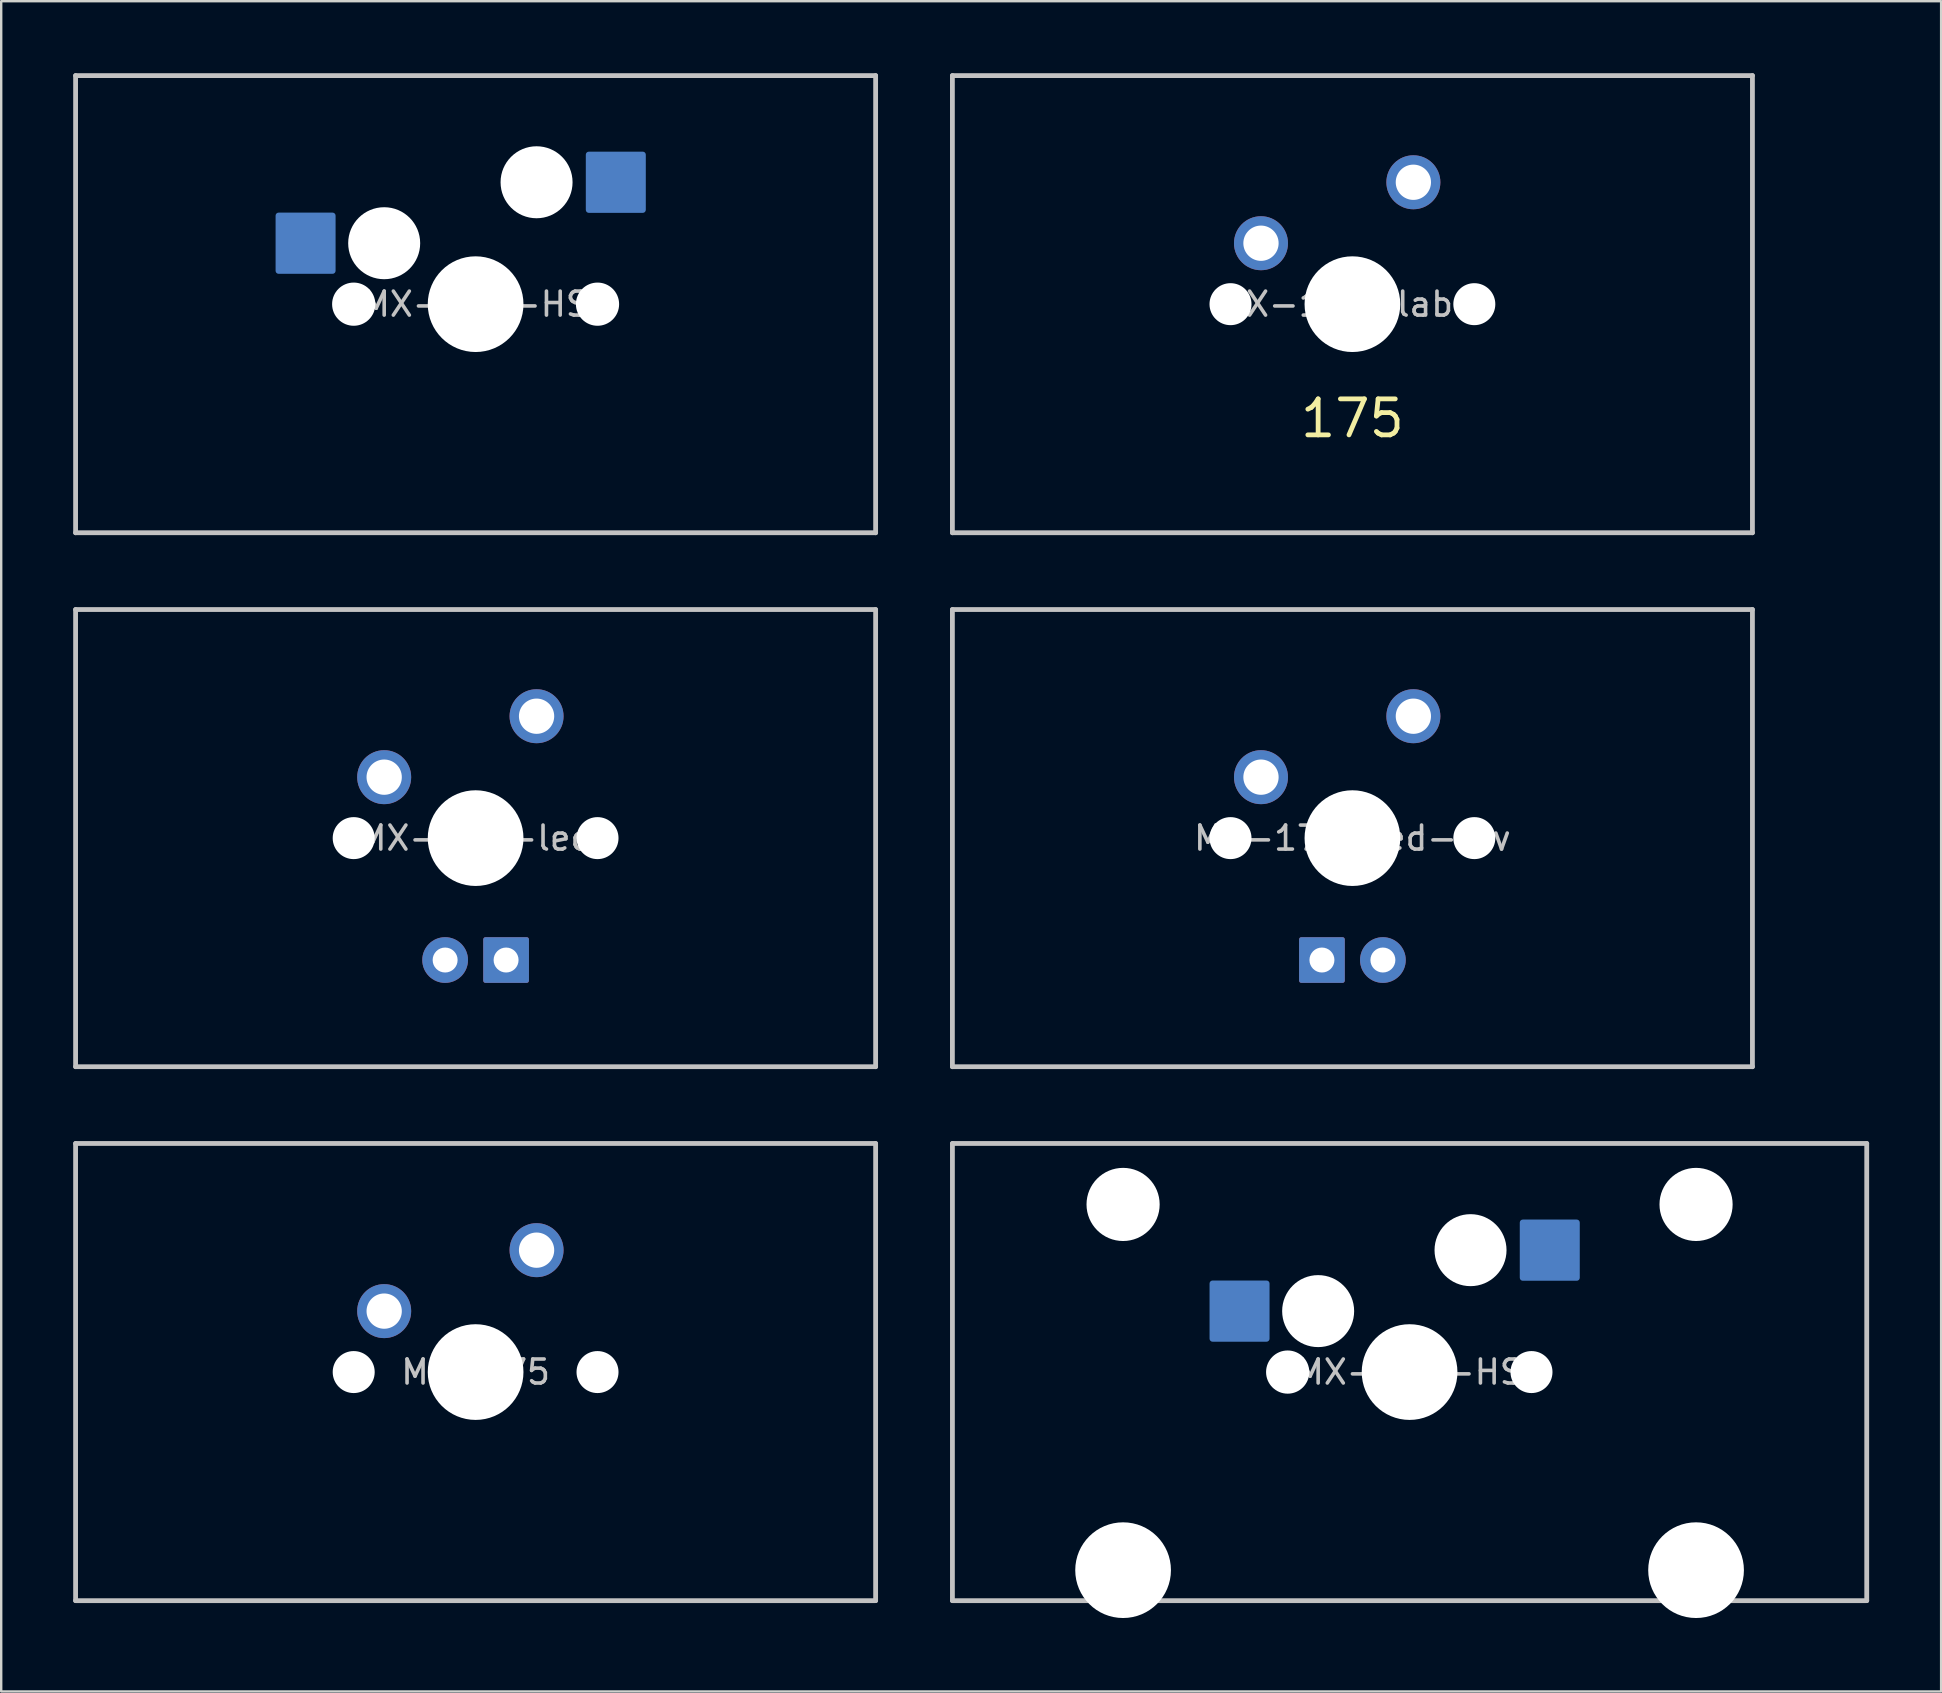
<source format=kicad_pcb>
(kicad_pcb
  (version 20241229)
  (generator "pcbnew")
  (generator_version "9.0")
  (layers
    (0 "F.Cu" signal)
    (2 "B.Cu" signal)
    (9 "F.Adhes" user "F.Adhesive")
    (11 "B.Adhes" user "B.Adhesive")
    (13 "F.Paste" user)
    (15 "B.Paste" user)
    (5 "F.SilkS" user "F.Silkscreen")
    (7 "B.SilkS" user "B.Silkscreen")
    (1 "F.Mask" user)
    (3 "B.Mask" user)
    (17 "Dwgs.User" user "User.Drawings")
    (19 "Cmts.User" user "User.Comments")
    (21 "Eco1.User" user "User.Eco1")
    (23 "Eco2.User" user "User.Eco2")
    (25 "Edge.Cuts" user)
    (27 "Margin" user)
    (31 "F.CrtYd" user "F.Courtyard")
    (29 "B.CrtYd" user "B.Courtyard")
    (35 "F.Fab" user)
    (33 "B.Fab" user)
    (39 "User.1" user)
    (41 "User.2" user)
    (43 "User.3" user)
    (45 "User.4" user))
  (footprint "MX-175-led-rev"
    (layer "F.Cu")
    (at 53.306 31.875)
    (property "Reference" "MX-175-led-rev" (at 0 0 0) (layer "Dwgs.User") (effects (font (size 1 1) (thickness 0.15))))
    (attr through_hole)
    (fp_line (start -16.669 9.525) (end -16.669 -9.525) (stroke (width 0.2) (type solid)) (layer "Dwgs.User"))
    (fp_line (start 16.669 -9.525) (end -16.669 -9.525) (stroke (width 0.2) (type solid)) (layer "Dwgs.User"))
    (fp_line (start 16.669 -9.525) (end 16.669 9.525) (stroke (width 0.2) (type solid)) (layer "Dwgs.User"))
    (fp_line (start 16.669 9.525) (end -16.669 9.525) (stroke (width 0.2) (type solid)) (layer "Dwgs.User"))
    (fp_line (start -7 -7) (end 7 -7) (stroke (width 0.12) (type solid)) (layer "Eco1.User"))
    (fp_line (start -7 7) (end -7 -7) (stroke (width 0.12) (type solid)) (layer "Eco1.User"))
    (fp_line (start -7 7) (end 7 7) (stroke (width 0.12) (type solid)) (layer "Eco1.User"))
    (fp_line (start 7 7) (end 7 -7) (stroke (width 0.12) (type solid)) (layer "Eco1.User"))
    (pad "" np_thru_hole circle (at -5.08 0) (size 1.75 1.75) (drill 1.75) (layers "*.Cu" "*.Mask"))
    (pad "" np_thru_hole circle (at 0 0) (size 3.988 3.988) (drill 3.988) (layers "*.Cu" "*.Mask"))
    (pad "" np_thru_hole circle (at 5.08 0) (size 1.75 1.75) (drill 1.75) (layers "*.Cu" "*.Mask"))
    (pad "1" thru_hole circle (at 2.54 -5.08) (size 2.25 2.25) (drill 1.47) (layers "*.Cu" "B.Mask"))
    (pad "2" thru_hole circle (at -3.81 -2.54) (size 2.25 2.25) (drill 1.47) (layers "*.Cu" "B.Mask"))
    (pad "3" thru_hole circle (at 1.27 5.08) (size 1.905 1.905) (drill 1.04) (layers "*.Cu" "B.Mask"))
    (pad "4" thru_hole roundrect (at -1.27 5.08) (size 1.905 1.905) (drill 1.04) (layers "*.Cu" "B.Mask") (roundrect_rratio 0.05)))
  (footprint "MX-175-HS"
    (layer "F.Cu")
    (at 16.769 9.625)
    (property "Reference" "MX-175-HS" (at 0 0 0) (layer "Dwgs.User") (effects (font (size 1 1) (thickness 0.15))))
    (attr through_hole)
    (fp_line (start -16.669 -9.525) (end 16.669 -9.525) (stroke (width 0.2) (type solid)) (layer "Dwgs.User"))
    (fp_line (start -16.669 9.525) (end -16.669 -9.525) (stroke (width 0.2) (type solid)) (layer "Dwgs.User"))
    (fp_line (start 16.669 -9.525) (end 16.669 9.525) (stroke (width 0.2) (type solid)) (layer "Dwgs.User"))
    (fp_line (start 16.669 9.525) (end -16.669 9.525) (stroke (width 0.2) (type solid)) (layer "Dwgs.User"))
    (fp_line (start -7 -7) (end 7 -7) (stroke (width 0.12) (type solid)) (layer "Eco1.User"))
    (fp_line (start -7 7) (end -7 -7) (stroke (width 0.12) (type solid)) (layer "Eco1.User"))
    (fp_line (start -7 7) (end 7 7) (stroke (width 0.12) (type solid)) (layer "Eco1.User"))
    (fp_line (start 7 7) (end 7 -7) (stroke (width 0.12) (type solid)) (layer "Eco1.User"))
    (pad "" np_thru_hole circle (at -5.08 0) (size 1.8 1.8) (drill 1.8) (layers "*.Cu" "*.Mask"))
    (pad "" np_thru_hole circle (at -3.81 -2.54) (size 3 3) (drill 3) (layers "*.Cu" "*.Mask"))
    (pad "" np_thru_hole circle (at 0 0) (size 3.988 3.988) (drill 3.988) (layers "*.Cu" "*.Mask"))
    (pad "" np_thru_hole circle (at 2.54 -5.08) (size 3 3) (drill 3) (layers "*.Cu" "*.Mask"))
    (pad "" np_thru_hole circle (at 5.08 0) (size 1.8 1.8) (drill 1.8) (layers "*.Cu" "*.Mask"))
    (pad "1" smd roundrect (at 5.842 -5.08) (size 2.5 2.55) (layers "B.Cu" "B.Mask" "B.Paste") (roundrect_rratio 0.05))
    (pad "2" smd roundrect (at -7.085 -2.54) (size 2.5 2.55) (layers "B.Cu" "B.Mask" "B.Paste") (roundrect_rratio 0.05)))
  (footprint "MX-175-led"
    (layer "F.Cu")
    (at 16.769 31.875)
    (property "Reference" "MX-175-led" (at 0 0 0) (layer "Dwgs.User") (effects (font (size 1 1) (thickness 0.15))))
    (attr through_hole)
    (fp_line (start -16.669 9.525) (end -16.669 -9.525) (stroke (width 0.2) (type solid)) (layer "Dwgs.User"))
    (fp_line (start 16.669 -9.525) (end -16.669 -9.525) (stroke (width 0.2) (type solid)) (layer "Dwgs.User"))
    (fp_line (start 16.669 -9.525) (end 16.669 9.525) (stroke (width 0.2) (type solid)) (layer "Dwgs.User"))
    (fp_line (start 16.669 9.525) (end -16.669 9.525) (stroke (width 0.2) (type solid)) (layer "Dwgs.User"))
    (fp_line (start -7 -7) (end 7 -7) (stroke (width 0.12) (type solid)) (layer "Eco1.User"))
    (fp_line (start -7 7) (end -7 -7) (stroke (width 0.12) (type solid)) (layer "Eco1.User"))
    (fp_line (start -7 7) (end 7 7) (stroke (width 0.12) (type solid)) (layer "Eco1.User"))
    (fp_line (start 7 7) (end 7 -7) (stroke (width 0.12) (type solid)) (layer "Eco1.User"))
    (pad "" np_thru_hole circle (at -5.08 0) (size 1.75 1.75) (drill 1.75) (layers "*.Cu" "*.Mask"))
    (pad "" np_thru_hole circle (at 0 0) (size 3.988 3.988) (drill 3.988) (layers "*.Cu" "*.Mask"))
    (pad "" np_thru_hole circle (at 5.08 0) (size 1.75 1.75) (drill 1.75) (layers "*.Cu" "*.Mask"))
    (pad "1" thru_hole circle (at 2.54 -5.08) (size 2.25 2.25) (drill 1.47) (layers "*.Cu" "B.Mask"))
    (pad "2" thru_hole circle (at -3.81 -2.54) (size 2.25 2.25) (drill 1.47) (layers "*.Cu" "B.Mask"))
    (pad "3" thru_hole circle (at -1.27 5.08) (size 1.905 1.905) (drill 1.04) (layers "*.Cu" "B.Mask"))
    (pad "4" thru_hole roundrect (at 1.27 5.08) (size 1.905 1.905) (drill 1.04) (layers "*.Cu" "B.Mask") (roundrect_rratio 0.05)))
  (footprint "MX-175"
    (layer "F.Cu")
    (at 16.769 54.125)
    (property "Reference" "MX-175" (at 0 0 0) (layer "Dwgs.User") (effects (font (size 1 1) (thickness 0.15))))
    (attr through_hole)
    (fp_line (start -16.669 9.525) (end -16.669 -9.525) (stroke (width 0.2) (type solid)) (layer "Dwgs.User"))
    (fp_line (start 16.669 -9.525) (end -16.669 -9.525) (stroke (width 0.2) (type solid)) (layer "Dwgs.User"))
    (fp_line (start 16.669 -9.525) (end 16.669 9.525) (stroke (width 0.2) (type solid)) (layer "Dwgs.User"))
    (fp_line (start 16.669 9.525) (end -16.669 9.525) (stroke (width 0.2) (type solid)) (layer "Dwgs.User"))
    (fp_line (start -7 -7) (end 7 -7) (stroke (width 0.12) (type solid)) (layer "Eco1.User"))
    (fp_line (start -7 7) (end -7 -7) (stroke (width 0.12) (type solid)) (layer "Eco1.User"))
    (fp_line (start -7 7) (end 7 7) (stroke (width 0.12) (type solid)) (layer "Eco1.User"))
    (fp_line (start 7 7) (end 7 -7) (stroke (width 0.12) (type solid)) (layer "Eco1.User"))
    (pad "" np_thru_hole circle (at -5.08 0) (size 1.75 1.75) (drill 1.75) (layers "*.Cu" "*.Mask"))
    (pad "" np_thru_hole circle (at 0 0) (size 3.988 3.988) (drill 3.988) (layers "*.Cu" "*.Mask"))
    (pad "" np_thru_hole circle (at 5.08 0) (size 1.75 1.75) (drill 1.75) (layers "*.Cu" "*.Mask"))
    (pad "1" thru_hole circle (at 2.54 -5.08) (size 2.25 2.25) (drill 1.47) (layers "*.Cu" "B.Mask"))
    (pad "2" thru_hole circle (at -3.81 -2.54) (size 2.25 2.25) (drill 1.47) (layers "*.Cu" "B.Mask")))
  (footprint "MX-175-label"
    (layer "F.Cu")
    (at 53.306 9.625)
    (property "Reference" "MX-175-label" (at 0 0 0) (layer "Dwgs.User") (effects (font (size 1 1) (thickness 0.15))))
    (attr through_hole)
    (fp_line (start -16.669 9.525) (end -16.669 -9.525) (stroke (width 0.2) (type solid)) (layer "Dwgs.User"))
    (fp_line (start 16.669 -9.525) (end -16.669 -9.525) (stroke (width 0.2) (type solid)) (layer "Dwgs.User"))
    (fp_line (start 16.669 -9.525) (end 16.669 9.525) (stroke (width 0.2) (type solid)) (layer "Dwgs.User"))
    (fp_line (start 16.669 9.525) (end -16.669 9.525) (stroke (width 0.2) (type solid)) (layer "Dwgs.User"))
    (fp_line (start -7 -7) (end 7 -7) (stroke (width 0.12) (type solid)) (layer "Eco1.User"))
    (fp_line (start -7 7) (end -7 -7) (stroke (width 0.12) (type solid)) (layer "Eco1.User"))
    (fp_line (start -7 7) (end 7 7) (stroke (width 0.12) (type solid)) (layer "Eco1.User"))
    (fp_line (start 7 7) (end 7 -7) (stroke (width 0.12) (type solid)) (layer "Eco1.User"))
    (fp_text user "175" (at 0 4.763 0) (layer "F.SilkS") (effects (font (size 1.5 1.5) (thickness 0.2))))
    (pad "" np_thru_hole circle (at -5.08 0) (size 1.75 1.75) (drill 1.75) (layers "*.Cu" "*.Mask"))
    (pad "" np_thru_hole circle (at 0 0) (size 3.988 3.988) (drill 3.988) (layers "*.Cu" "*.Mask"))
    (pad "" np_thru_hole circle (at 5.08 0) (size 1.75 1.75) (drill 1.75) (layers "*.Cu" "*.Mask"))
    (pad "1" thru_hole circle (at 2.54 -5.08) (size 2.25 2.25) (drill 1.47) (layers "*.Cu" "B.Mask"))
    (pad "2" thru_hole circle (at -3.81 -2.54) (size 2.25 2.25) (drill 1.47) (layers "*.Cu" "B.Mask")))
  (footprint "MX-200-HS"
    (layer "F.Cu")
    (at 55.688 54.125)
    (property "Reference" "MX-200-HS" (at 0 0 0) (layer "Dwgs.User") (effects (font (size 1 1) (thickness 0.15))))
    (attr through_hole)
    (fp_line (start -19.05 9.525) (end -19.05 -9.525) (stroke (width 0.2) (type solid)) (layer "Dwgs.User"))
    (fp_line (start 19.05 -9.525) (end -19.05 -9.525) (stroke (width 0.2) (type solid)) (layer "Dwgs.User"))
    (fp_line (start 19.05 -9.525) (end 19.05 9.525) (stroke (width 0.2) (type solid)) (layer "Dwgs.User"))
    (fp_line (start 19.05 9.525) (end -19.05 9.525) (stroke (width 0.2) (type solid)) (layer "Dwgs.User"))
    (fp_line (start -15.368 -8.95) (end -15.368 10.25) (stroke (width 0.12) (type solid)) (layer "Eco1.User"))
    (fp_line (start -15.368 10.25) (end 15.368 10.25) (stroke (width 0.12) (type solid)) (layer "Eco1.User"))
    (fp_line (start -8.508 -8.95) (end -15.368 -8.95) (stroke (width 0.12) (type solid)) (layer "Eco1.User"))
    (fp_line (start -8.508 7) (end -8.508 -8.95) (stroke (width 0.12) (type solid)) (layer "Eco1.User"))
    (fp_line (start -7 -7) (end -7 7) (stroke (width 0.12) (type solid)) (layer "Eco1.User"))
    (fp_line (start -7 -7) (end 7 -7) (stroke (width 0.12) (type solid)) (layer "Eco1.User"))
    (fp_line (start -7 7) (end -8.508 7) (stroke (width 0.12) (type solid)) (layer "Eco1.User"))
    (fp_line (start 7 -7) (end 7 7) (stroke (width 0.12) (type solid)) (layer "Eco1.User"))
    (fp_line (start 8.508 -8.95) (end 8.508 7) (stroke (width 0.12) (type solid)) (layer "Eco1.User"))
    (fp_line (start 8.508 7) (end 7 7) (stroke (width 0.12) (type solid)) (layer "Eco1.User"))
    (fp_line (start 15.368 -8.95) (end 8.508 -8.95) (stroke (width 0.12) (type solid)) (layer "Eco1.User"))
    (fp_line (start 15.368 10.25) (end 15.368 -8.95) (stroke (width 0.12) (type solid)) (layer "Eco1.User"))
    (fp_circle (center -11.938 -6.985) (end -9.438 -6.985) (stroke (width 0.12) (type solid)) (fill no) (layer "Eco2.User"))
    (fp_circle (center 11.938 -6.985) (end 14.438 -6.985) (stroke (width 0.12) (type solid)) (fill no) (layer "Eco2.User"))
    (pad "" np_thru_hole circle (at -11.938 -6.985) (size 3.048 3.048) (drill 3.048) (layers "*.Cu" "*.Mask"))
    (pad "" np_thru_hole circle (at -11.938 8.255) (size 3.988 3.988) (drill 3.988) (layers "*.Cu" "*.Mask"))
    (pad "" np_thru_hole circle (at -5.08 0) (size 1.8 1.8) (drill 1.8) (layers "*.Cu" "*.Mask"))
    (pad "" np_thru_hole circle (at -3.81 -2.54) (size 3 3) (drill 3) (layers "*.Cu" "*.Mask"))
    (pad "" np_thru_hole circle (at 0 0) (size 3.988 3.988) (drill 3.988) (layers "*.Cu" "*.Mask"))
    (pad "" np_thru_hole circle (at 2.54 -5.08) (size 3 3) (drill 3) (layers "*.Cu" "*.Mask"))
    (pad "" np_thru_hole circle (at 5.08 0) (size 1.75 1.75) (drill 1.75) (layers "*.Cu" "*.Mask"))
    (pad "" np_thru_hole circle (at 11.938 -6.985) (size 3.048 3.048) (drill 3.048) (layers "*.Cu" "*.Mask"))
    (pad "" np_thru_hole circle (at 11.938 8.255) (size 3.988 3.988) (drill 3.988) (layers "*.Cu" "*.Mask"))
    (pad "1" smd roundrect (at 5.842 -5.08) (size 2.5 2.55) (layers "B.Cu" "B.Mask" "B.Paste") (roundrect_rratio 0.05))
    (pad "2" smd roundrect (at -7.085 -2.54) (size 2.5 2.55) (layers "B.Cu" "B.Mask" "B.Paste") (roundrect_rratio 0.05)))
  (gr_rect
    (start -3 -3)
    (end 77.838 67.435)
    (stroke (width 0.1) (type default))
    (fill no)
    (layer "Edge.Cuts")))
</source>
